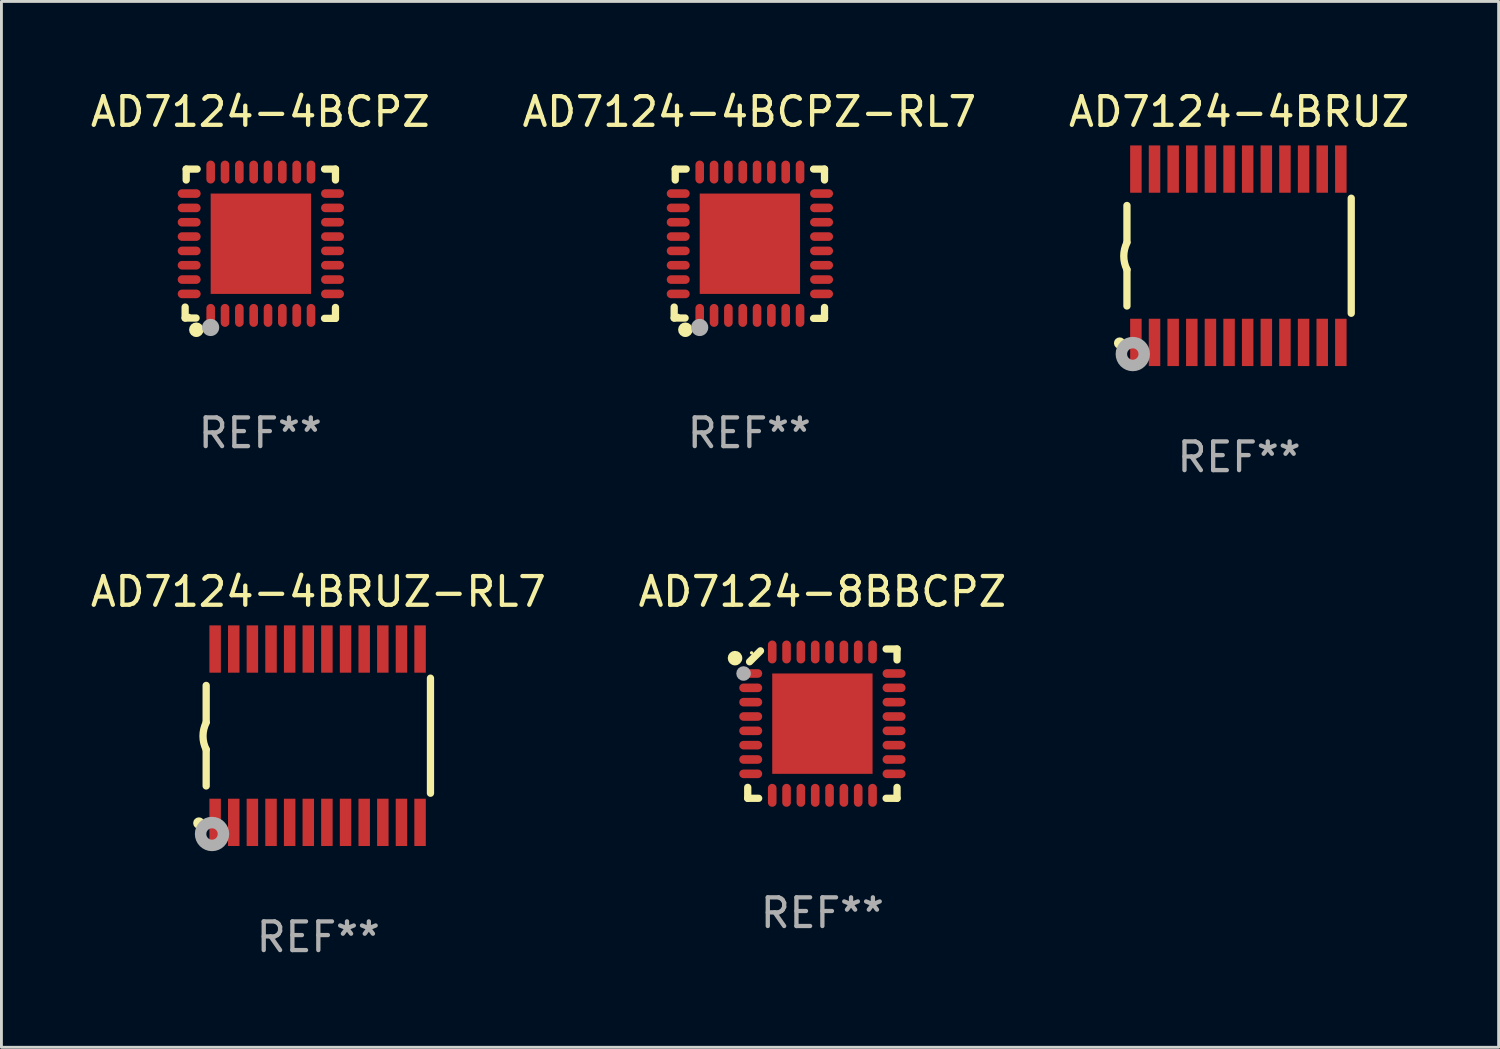
<source format=kicad_pcb>
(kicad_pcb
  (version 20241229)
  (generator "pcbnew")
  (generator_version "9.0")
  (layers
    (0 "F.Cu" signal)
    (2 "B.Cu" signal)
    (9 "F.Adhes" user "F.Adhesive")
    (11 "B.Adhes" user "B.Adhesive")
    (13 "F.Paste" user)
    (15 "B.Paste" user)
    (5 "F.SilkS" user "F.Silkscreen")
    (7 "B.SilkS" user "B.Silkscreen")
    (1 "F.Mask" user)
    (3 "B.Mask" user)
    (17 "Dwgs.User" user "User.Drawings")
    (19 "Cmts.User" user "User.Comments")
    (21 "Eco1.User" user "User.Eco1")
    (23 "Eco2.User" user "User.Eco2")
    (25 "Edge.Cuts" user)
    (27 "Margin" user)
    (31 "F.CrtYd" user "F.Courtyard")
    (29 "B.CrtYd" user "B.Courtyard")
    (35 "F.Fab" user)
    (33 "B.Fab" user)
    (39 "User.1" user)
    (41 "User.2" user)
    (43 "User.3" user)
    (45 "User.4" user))
  (footprint "AD7124-4BRUZ-RL7"
    (layer "F.Cu")
    (at 8.054 22.613)
    (property "Reference" "AD7124-4BRUZ-RL7" (at 0 -5.023 0) (layer "F.SilkS") (effects (font (size 1 1) (thickness 0.15))))
    (attr through_hole)
    (fp_line (start -3.912 -0.483) (end -3.912 -1.753) (stroke (width 0.254) (type solid)) (layer "F.SilkS"))
    (fp_line (start -3.912 1.753) (end -3.912 0.483) (stroke (width 0.254) (type solid)) (layer "F.SilkS"))
    (fp_line (start 3.912 -2.007) (end 3.912 2.007) (stroke (width 0.254) (type solid)) (layer "F.SilkS"))
    (fp_arc (start -3.911608 0.482601) (mid -4.022537 0.0127) (end -3.911608 -0.457201) (stroke (width 0.254001) (type solid)) (layer "F.SilkS"))
    (fp_circle (center -4.166 3.048) (end -4.066 3.048) (stroke (width 0.2) (type solid)) (fill no) (layer "F.SilkS"))
    (fp_circle (center -3.925 3.186) (end -3.895 3.186) (stroke (width 0.06) (type solid)) (fill no) (layer "F.SilkS"))
    (fp_circle (center -3.708 3.429) (end -3.509 3.429) (stroke (width 0.4) (type solid)) (fill no) (layer "F.Fab"))
    (fp_text user "REF**" (at 0 7.023 0) (layer "F.Fab") (effects (font (size 1 1) (thickness 0.15))))
    (pad "1" smd rect (at -3.6 3.023) (size 0.4 1.65) (layers "F.Cu" "F.Mask" "F.Paste"))
    (pad "2" smd rect (at -2.95 3.023) (size 0.4 1.65) (layers "F.Cu" "F.Mask" "F.Paste"))
    (pad "3" smd rect (at -2.3 3.023) (size 0.4 1.65) (layers "F.Cu" "F.Mask" "F.Paste"))
    (pad "4" smd rect (at -1.65 3.023) (size 0.4 1.65) (layers "F.Cu" "F.Mask" "F.Paste"))
    (pad "5" smd rect (at -1 3.023) (size 0.4 1.65) (layers "F.Cu" "F.Mask" "F.Paste"))
    (pad "6" smd rect (at -0.35 3.023) (size 0.4 1.65) (layers "F.Cu" "F.Mask" "F.Paste"))
    (pad "7" smd rect (at 0.299 3.023) (size 0.4 1.65) (layers "F.Cu" "F.Mask" "F.Paste"))
    (pad "8" smd rect (at 0.95 3.023) (size 0.4 1.65) (layers "F.Cu" "F.Mask" "F.Paste"))
    (pad "9" smd rect (at 1.6 3.023) (size 0.4 1.65) (layers "F.Cu" "F.Mask" "F.Paste"))
    (pad "10" smd rect (at 2.25 3.023) (size 0.4 1.65) (layers "F.Cu" "F.Mask" "F.Paste"))
    (pad "11" smd rect (at 2.9 3.023) (size 0.4 1.65) (layers "F.Cu" "F.Mask" "F.Paste"))
    (pad "12" smd rect (at 3.549 3.023) (size 0.4 1.65) (layers "F.Cu" "F.Mask" "F.Paste"))
    (pad "13" smd rect (at 3.549 -3.023) (size 0.4 1.65) (layers "F.Cu" "F.Mask" "F.Paste"))
    (pad "14" smd rect (at 2.9 -3.023) (size 0.4 1.65) (layers "F.Cu" "F.Mask" "F.Paste"))
    (pad "15" smd rect (at 2.25 -3.023) (size 0.4 1.65) (layers "F.Cu" "F.Mask" "F.Paste"))
    (pad "16" smd rect (at 1.6 -3.023) (size 0.4 1.65) (layers "F.Cu" "F.Mask" "F.Paste"))
    (pad "17" smd rect (at 0.95 -3.023) (size 0.4 1.65) (layers "F.Cu" "F.Mask" "F.Paste"))
    (pad "18" smd rect (at 0.299 -3.023) (size 0.4 1.65) (layers "F.Cu" "F.Mask" "F.Paste"))
    (pad "19" smd rect (at -0.35 -3.023) (size 0.4 1.65) (layers "F.Cu" "F.Mask" "F.Paste"))
    (pad "20" smd rect (at -1 -3.023) (size 0.4 1.65) (layers "F.Cu" "F.Mask" "F.Paste"))
    (pad "21" smd rect (at -1.65 -3.023) (size 0.4 1.65) (layers "F.Cu" "F.Mask" "F.Paste"))
    (pad "22" smd rect (at -2.3 -3.023) (size 0.4 1.65) (layers "F.Cu" "F.Mask" "F.Paste"))
    (pad "23" smd rect (at -2.95 -3.023) (size 0.4 1.65) (layers "F.Cu" "F.Mask" "F.Paste"))
    (pad "24" smd rect (at -3.6 -3.023) (size 0.4 1.65) (layers "F.Cu" "F.Mask" "F.Paste")))
  (footprint "AD7124-8BBCPZ"
    (layer "F.Cu")
    (at 25.637 22.193)
    (property "Reference" "AD7124-8BBCPZ" (at 0 -4.604 0) (layer "F.SilkS") (effects (font (size 1 1) (thickness 0.15))))
    (attr through_hole)
    (fp_line (start -2.604 2.223) (end -2.604 2.604) (stroke (width 0.254) (type solid)) (layer "F.SilkS"))
    (fp_line (start -2.604 2.604) (end -2.223 2.604) (stroke (width 0.254) (type solid)) (layer "F.SilkS"))
    (fp_line (start -2.159 -2.54) (end -2.54 -2.159) (stroke (width 0.254) (type solid)) (layer "F.SilkS"))
    (fp_line (start 2.223 2.604) (end 2.604 2.604) (stroke (width 0.254) (type solid)) (layer "F.SilkS"))
    (fp_line (start 2.604 -2.604) (end 2.223 -2.604) (stroke (width 0.254) (type solid)) (layer "F.SilkS"))
    (fp_line (start 2.604 -2.223) (end 2.604 -2.604) (stroke (width 0.254) (type solid)) (layer "F.SilkS"))
    (fp_line (start 2.604 2.604) (end 2.604 2.223) (stroke (width 0.254) (type solid)) (layer "F.SilkS"))
    (fp_circle (center -3.048 -2.286) (end -2.921 -2.286) (stroke (width 0.254) (type solid)) (fill no) (layer "F.SilkS"))
    (fp_circle (center -2.47 -2.47) (end -2.44 -2.47) (stroke (width 0.06) (type solid)) (fill no) (layer "F.SilkS"))
    (fp_circle (center -2.75 -1.75) (end -2.623 -1.75) (stroke (width 0.254) (type solid)) (fill no) (layer "F.Fab"))
    (fp_text user "REF**" (at 0 6.604 0) (layer "F.Fab") (effects (font (size 1 1) (thickness 0.15))))
    (pad "1" smd oval (at -2.5 -1.75) (size 0.8 0.3) (layers "F.Cu" "F.Mask" "F.Paste"))
    (pad "2" smd oval (at -2.5 -1.25) (size 0.8 0.3) (layers "F.Cu" "F.Mask" "F.Paste"))
    (pad "3" smd oval (at -2.5 -0.75) (size 0.8 0.3) (layers "F.Cu" "F.Mask" "F.Paste"))
    (pad "4" smd oval (at -2.5 -0.25) (size 0.8 0.3) (layers "F.Cu" "F.Mask" "F.Paste"))
    (pad "5" smd oval (at -2.5 0.25) (size 0.8 0.3) (layers "F.Cu" "F.Mask" "F.Paste"))
    (pad "6" smd oval (at -2.5 0.75) (size 0.8 0.3) (layers "F.Cu" "F.Mask" "F.Paste"))
    (pad "7" smd oval (at -2.5 1.25) (size 0.8 0.3) (layers "F.Cu" "F.Mask" "F.Paste"))
    (pad "8" smd oval (at -2.5 1.75) (size 0.8 0.3) (layers "F.Cu" "F.Mask" "F.Paste"))
    (pad "9" smd oval (at -1.75 2.5) (size 0.3 0.8) (layers "F.Cu" "F.Mask" "F.Paste"))
    (pad "10" smd oval (at -1.25 2.5) (size 0.3 0.8) (layers "F.Cu" "F.Mask" "F.Paste"))
    (pad "11" smd oval (at -0.75 2.5) (size 0.3 0.8) (layers "F.Cu" "F.Mask" "F.Paste"))
    (pad "12" smd oval (at -0.25 2.5) (size 0.3 0.8) (layers "F.Cu" "F.Mask" "F.Paste"))
    (pad "13" smd oval (at 0.25 2.5) (size 0.3 0.8) (layers "F.Cu" "F.Mask" "F.Paste"))
    (pad "14" smd oval (at 0.75 2.5) (size 0.3 0.8) (layers "F.Cu" "F.Mask" "F.Paste"))
    (pad "15" smd oval (at 1.25 2.5) (size 0.3 0.8) (layers "F.Cu" "F.Mask" "F.Paste"))
    (pad "16" smd oval (at 1.75 2.5) (size 0.3 0.8) (layers "F.Cu" "F.Mask" "F.Paste"))
    (pad "17" smd oval (at 2.5 1.75) (size 0.8 0.3) (layers "F.Cu" "F.Mask" "F.Paste"))
    (pad "18" smd oval (at 2.5 1.25) (size 0.8 0.3) (layers "F.Cu" "F.Mask" "F.Paste"))
    (pad "19" smd oval (at 2.5 0.75) (size 0.8 0.3) (layers "F.Cu" "F.Mask" "F.Paste"))
    (pad "20" smd oval (at 2.5 0.25) (size 0.8 0.3) (layers "F.Cu" "F.Mask" "F.Paste"))
    (pad "21" smd oval (at 2.5 -0.25) (size 0.8 0.3) (layers "F.Cu" "F.Mask" "F.Paste"))
    (pad "22" smd oval (at 2.5 -0.75) (size 0.8 0.3) (layers "F.Cu" "F.Mask" "F.Paste"))
    (pad "23" smd oval (at 2.5 -1.25) (size 0.8 0.3) (layers "F.Cu" "F.Mask" "F.Paste"))
    (pad "24" smd oval (at 2.5 -1.75) (size 0.8 0.3) (layers "F.Cu" "F.Mask" "F.Paste"))
    (pad "25" smd oval (at 1.75 -2.5) (size 0.3 0.8) (layers "F.Cu" "F.Mask" "F.Paste"))
    (pad "26" smd oval (at 1.25 -2.5) (size 0.3 0.8) (layers "F.Cu" "F.Mask" "F.Paste"))
    (pad "27" smd oval (at 0.75 -2.5) (size 0.3 0.8) (layers "F.Cu" "F.Mask" "F.Paste"))
    (pad "28" smd oval (at 0.25 -2.5) (size 0.3 0.8) (layers "F.Cu" "F.Mask" "F.Paste"))
    (pad "29" smd oval (at -0.25 -2.5) (size 0.3 0.8) (layers "F.Cu" "F.Mask" "F.Paste"))
    (pad "30" smd oval (at -0.75 -2.5) (size 0.3 0.8) (layers "F.Cu" "F.Mask" "F.Paste"))
    (pad "31" smd oval (at -1.25 -2.5) (size 0.3 0.8) (layers "F.Cu" "F.Mask" "F.Paste"))
    (pad "32" smd oval (at -1.75 -2.5) (size 0.3 0.8) (layers "F.Cu" "F.Mask" "F.Paste"))
    (pad "33" smd rect (at 0.000102 -0.000025) (size 3.5 3.5) (layers "F.Cu" "F.Mask" "F.Paste")))
  (footprint "AD7124-4BCPZ"
    (layer "F.Cu")
    (at 6.03 5.452)
    (property "Reference" "AD7124-4BCPZ" (at 0 -4.604 0) (layer "F.SilkS") (effects (font (size 1 1) (thickness 0.15))))
    (attr through_hole)
    (fp_line (start -2.622 2.21) (end -2.622 2.591) (stroke (width 0.254) (type solid)) (layer "F.SilkS"))
    (fp_line (start -2.622 2.591) (end -2.241 2.591) (stroke (width 0.254) (type solid)) (layer "F.SilkS"))
    (fp_line (start -2.585 -2.604) (end -2.585 -2.223) (stroke (width 0.254) (type solid)) (layer "F.SilkS"))
    (fp_line (start -2.204 -2.604) (end -2.585 -2.604) (stroke (width 0.254) (type solid)) (layer "F.SilkS"))
    (fp_line (start 2.241 2.604) (end 2.622 2.604) (stroke (width 0.254) (type solid)) (layer "F.SilkS"))
    (fp_line (start 2.622 -2.604) (end 2.241 -2.604) (stroke (width 0.254) (type solid)) (layer "F.SilkS"))
    (fp_line (start 2.622 -2.223) (end 2.622 -2.604) (stroke (width 0.254) (type solid)) (layer "F.SilkS"))
    (fp_line (start 2.622 2.604) (end 2.622 2.223) (stroke (width 0.254) (type solid)) (layer "F.SilkS"))
    (fp_circle (center -2.481 2.5) (end -2.451 2.5) (stroke (width 0.06) (type solid)) (fill no) (layer "F.SilkS"))
    (fp_circle (center -2.231 3) (end -2.104 3) (stroke (width 0.254) (type solid)) (fill no) (layer "F.SilkS"))
    (fp_circle (center -1.733 2.921) (end -1.583 2.921) (stroke (width 0.3) (type solid)) (fill no) (layer "F.Fab"))
    (fp_text user "REF**" (at 0 6.604 0) (layer "F.Fab") (effects (font (size 1 1) (thickness 0.15))))
    (pad "1" smd oval (at -1.731 2.5 90) (size 0.8 0.3) (layers "F.Cu" "F.Mask" "F.Paste"))
    (pad "2" smd oval (at -1.231 2.5 90) (size 0.8 0.3) (layers "F.Cu" "F.Mask" "F.Paste"))
    (pad "3" smd oval (at -0.731 2.5 90) (size 0.8 0.3) (layers "F.Cu" "F.Mask" "F.Paste"))
    (pad "4" smd oval (at -0.231 2.5 90) (size 0.8 0.3) (layers "F.Cu" "F.Mask" "F.Paste"))
    (pad "5" smd oval (at 0.269 2.5 90) (size 0.8 0.3) (layers "F.Cu" "F.Mask" "F.Paste"))
    (pad "6" smd oval (at 0.769 2.5 90) (size 0.8 0.3) (layers "F.Cu" "F.Mask" "F.Paste"))
    (pad "7" smd oval (at 1.269 2.5 90) (size 0.8 0.3) (layers "F.Cu" "F.Mask" "F.Paste"))
    (pad "8" smd oval (at 1.769 2.5 90) (size 0.8 0.3) (layers "F.Cu" "F.Mask" "F.Paste"))
    (pad "9" smd oval (at 2.519 1.75 180) (size 0.8 0.3) (layers "F.Cu" "F.Mask" "F.Paste"))
    (pad "10" smd oval (at 2.519 1.25 180) (size 0.8 0.3) (layers "F.Cu" "F.Mask" "F.Paste"))
    (pad "11" smd oval (at 2.519 0.75 180) (size 0.8 0.3) (layers "F.Cu" "F.Mask" "F.Paste"))
    (pad "12" smd oval (at 2.519 0.25 180) (size 0.8 0.3) (layers "F.Cu" "F.Mask" "F.Paste"))
    (pad "13" smd oval (at 2.519 -0.25 180) (size 0.8 0.3) (layers "F.Cu" "F.Mask" "F.Paste"))
    (pad "14" smd oval (at 2.519 -0.75 180) (size 0.8 0.3) (layers "F.Cu" "F.Mask" "F.Paste"))
    (pad "15" smd oval (at 2.519 -1.25 180) (size 0.8 0.3) (layers "F.Cu" "F.Mask" "F.Paste"))
    (pad "16" smd oval (at 2.519 -1.75 180) (size 0.8 0.3) (layers "F.Cu" "F.Mask" "F.Paste"))
    (pad "17" smd oval (at 1.769 -2.5 270) (size 0.8 0.3) (layers "F.Cu" "F.Mask" "F.Paste"))
    (pad "18" smd oval (at 1.269 -2.5 270) (size 0.8 0.3) (layers "F.Cu" "F.Mask" "F.Paste"))
    (pad "19" smd oval (at 0.769 -2.5 270) (size 0.8 0.3) (layers "F.Cu" "F.Mask" "F.Paste"))
    (pad "20" smd oval (at 0.269 -2.5 270) (size 0.8 0.3) (layers "F.Cu" "F.Mask" "F.Paste"))
    (pad "21" smd oval (at -0.231 -2.5 270) (size 0.8 0.3) (layers "F.Cu" "F.Mask" "F.Paste"))
    (pad "22" smd oval (at -0.731 -2.5 270) (size 0.8 0.3) (layers "F.Cu" "F.Mask" "F.Paste"))
    (pad "23" smd oval (at -1.231 -2.5 270) (size 0.8 0.3) (layers "F.Cu" "F.Mask" "F.Paste"))
    (pad "24" smd oval (at -1.731 -2.5 270) (size 0.8 0.3) (layers "F.Cu" "F.Mask" "F.Paste"))
    (pad "25" smd oval (at -2.481 -1.75) (size 0.8 0.3) (layers "F.Cu" "F.Mask" "F.Paste"))
    (pad "26" smd oval (at -2.481 -1.25) (size 0.8 0.3) (layers "F.Cu" "F.Mask" "F.Paste"))
    (pad "27" smd oval (at -2.481 -0.75) (size 0.8 0.3) (layers "F.Cu" "F.Mask" "F.Paste"))
    (pad "28" smd oval (at -2.481 -0.25) (size 0.8 0.3) (layers "F.Cu" "F.Mask" "F.Paste"))
    (pad "29" smd oval (at -2.481 0.25) (size 0.8 0.3) (layers "F.Cu" "F.Mask" "F.Paste"))
    (pad "30" smd oval (at -2.481 0.75) (size 0.8 0.3) (layers "F.Cu" "F.Mask" "F.Paste"))
    (pad "31" smd oval (at -2.481 1.25) (size 0.8 0.3) (layers "F.Cu" "F.Mask" "F.Paste"))
    (pad "32" smd oval (at -2.481 1.75) (size 0.8 0.3) (layers "F.Cu" "F.Mask" "F.Paste"))
    (pad "33" smd rect (at 0.019 -0.000025 90) (size 3.5 3.5) (layers "F.Cu" "F.Mask" "F.Paste")))
  (footprint "AD7124-4BRUZ"
    (layer "F.Cu")
    (at 40.173 5.871)
    (property "Reference" "AD7124-4BRUZ" (at 0 -5.023 0) (layer "F.SilkS") (effects (font (size 1 1) (thickness 0.15))))
    (attr through_hole)
    (fp_line (start -3.912 -0.483) (end -3.912 -1.753) (stroke (width 0.254) (type solid)) (layer "F.SilkS"))
    (fp_line (start -3.912 1.753) (end -3.912 0.483) (stroke (width 0.254) (type solid)) (layer "F.SilkS"))
    (fp_line (start 3.912 -2.007) (end 3.912 2.007) (stroke (width 0.254) (type solid)) (layer "F.SilkS"))
    (fp_arc (start -3.911608 0.482601) (mid -4.022537 0.0127) (end -3.911608 -0.457201) (stroke (width 0.254001) (type solid)) (layer "F.SilkS"))
    (fp_circle (center -4.166 3.048) (end -4.066 3.048) (stroke (width 0.2) (type solid)) (fill no) (layer "F.SilkS"))
    (fp_circle (center -3.925 3.186) (end -3.895 3.186) (stroke (width 0.06) (type solid)) (fill no) (layer "F.SilkS"))
    (fp_circle (center -3.708 3.429) (end -3.509 3.429) (stroke (width 0.4) (type solid)) (fill no) (layer "F.Fab"))
    (fp_text user "REF**" (at 0 7.023 0) (layer "F.Fab") (effects (font (size 1 1) (thickness 0.15))))
    (pad "1" smd rect (at -3.6 3.023) (size 0.4 1.65) (layers "F.Cu" "F.Mask" "F.Paste"))
    (pad "2" smd rect (at -2.95 3.023) (size 0.4 1.65) (layers "F.Cu" "F.Mask" "F.Paste"))
    (pad "3" smd rect (at -2.3 3.023) (size 0.4 1.65) (layers "F.Cu" "F.Mask" "F.Paste"))
    (pad "4" smd rect (at -1.65 3.023) (size 0.4 1.65) (layers "F.Cu" "F.Mask" "F.Paste"))
    (pad "5" smd rect (at -1 3.023) (size 0.4 1.65) (layers "F.Cu" "F.Mask" "F.Paste"))
    (pad "6" smd rect (at -0.35 3.023) (size 0.4 1.65) (layers "F.Cu" "F.Mask" "F.Paste"))
    (pad "7" smd rect (at 0.299 3.023) (size 0.4 1.65) (layers "F.Cu" "F.Mask" "F.Paste"))
    (pad "8" smd rect (at 0.95 3.023) (size 0.4 1.65) (layers "F.Cu" "F.Mask" "F.Paste"))
    (pad "9" smd rect (at 1.6 3.023) (size 0.4 1.65) (layers "F.Cu" "F.Mask" "F.Paste"))
    (pad "10" smd rect (at 2.25 3.023) (size 0.4 1.65) (layers "F.Cu" "F.Mask" "F.Paste"))
    (pad "11" smd rect (at 2.9 3.023) (size 0.4 1.65) (layers "F.Cu" "F.Mask" "F.Paste"))
    (pad "12" smd rect (at 3.549 3.023) (size 0.4 1.65) (layers "F.Cu" "F.Mask" "F.Paste"))
    (pad "13" smd rect (at 3.549 -3.023) (size 0.4 1.65) (layers "F.Cu" "F.Mask" "F.Paste"))
    (pad "14" smd rect (at 2.9 -3.023) (size 0.4 1.65) (layers "F.Cu" "F.Mask" "F.Paste"))
    (pad "15" smd rect (at 2.25 -3.023) (size 0.4 1.65) (layers "F.Cu" "F.Mask" "F.Paste"))
    (pad "16" smd rect (at 1.6 -3.023) (size 0.4 1.65) (layers "F.Cu" "F.Mask" "F.Paste"))
    (pad "17" smd rect (at 0.95 -3.023) (size 0.4 1.65) (layers "F.Cu" "F.Mask" "F.Paste"))
    (pad "18" smd rect (at 0.299 -3.023) (size 0.4 1.65) (layers "F.Cu" "F.Mask" "F.Paste"))
    (pad "19" smd rect (at -0.35 -3.023) (size 0.4 1.65) (layers "F.Cu" "F.Mask" "F.Paste"))
    (pad "20" smd rect (at -1 -3.023) (size 0.4 1.65) (layers "F.Cu" "F.Mask" "F.Paste"))
    (pad "21" smd rect (at -1.65 -3.023) (size 0.4 1.65) (layers "F.Cu" "F.Mask" "F.Paste"))
    (pad "22" smd rect (at -2.3 -3.023) (size 0.4 1.65) (layers "F.Cu" "F.Mask" "F.Paste"))
    (pad "23" smd rect (at -2.95 -3.023) (size 0.4 1.65) (layers "F.Cu" "F.Mask" "F.Paste"))
    (pad "24" smd rect (at -3.6 -3.023) (size 0.4 1.65) (layers "F.Cu" "F.Mask" "F.Paste")))
  (footprint "AD7124-4BCPZ-RL7"
    (layer "F.Cu")
    (at 23.089 5.452)
    (property "Reference" "AD7124-4BCPZ-RL7" (at 0 -4.604 0) (layer "F.SilkS") (effects (font (size 1 1) (thickness 0.15))))
    (attr through_hole)
    (fp_line (start -2.622 2.21) (end -2.622 2.591) (stroke (width 0.254) (type solid)) (layer "F.SilkS"))
    (fp_line (start -2.622 2.591) (end -2.241 2.591) (stroke (width 0.254) (type solid)) (layer "F.SilkS"))
    (fp_line (start -2.585 -2.604) (end -2.585 -2.223) (stroke (width 0.254) (type solid)) (layer "F.SilkS"))
    (fp_line (start -2.204 -2.604) (end -2.585 -2.604) (stroke (width 0.254) (type solid)) (layer "F.SilkS"))
    (fp_line (start 2.241 2.604) (end 2.622 2.604) (stroke (width 0.254) (type solid)) (layer "F.SilkS"))
    (fp_line (start 2.622 -2.604) (end 2.241 -2.604) (stroke (width 0.254) (type solid)) (layer "F.SilkS"))
    (fp_line (start 2.622 -2.223) (end 2.622 -2.604) (stroke (width 0.254) (type solid)) (layer "F.SilkS"))
    (fp_line (start 2.622 2.604) (end 2.622 2.223) (stroke (width 0.254) (type solid)) (layer "F.SilkS"))
    (fp_circle (center -2.481 2.5) (end -2.451 2.5) (stroke (width 0.06) (type solid)) (fill no) (layer "F.SilkS"))
    (fp_circle (center -2.231 3) (end -2.104 3) (stroke (width 0.254) (type solid)) (fill no) (layer "F.SilkS"))
    (fp_circle (center -1.733 2.921) (end -1.583 2.921) (stroke (width 0.3) (type solid)) (fill no) (layer "F.Fab"))
    (fp_text user "REF**" (at 0 6.604 0) (layer "F.Fab") (effects (font (size 1 1) (thickness 0.15))))
    (pad "1" smd oval (at -1.731 2.5 90) (size 0.8 0.3) (layers "F.Cu" "F.Mask" "F.Paste"))
    (pad "2" smd oval (at -1.231 2.5 90) (size 0.8 0.3) (layers "F.Cu" "F.Mask" "F.Paste"))
    (pad "3" smd oval (at -0.731 2.5 90) (size 0.8 0.3) (layers "F.Cu" "F.Mask" "F.Paste"))
    (pad "4" smd oval (at -0.231 2.5 90) (size 0.8 0.3) (layers "F.Cu" "F.Mask" "F.Paste"))
    (pad "5" smd oval (at 0.269 2.5 90) (size 0.8 0.3) (layers "F.Cu" "F.Mask" "F.Paste"))
    (pad "6" smd oval (at 0.769 2.5 90) (size 0.8 0.3) (layers "F.Cu" "F.Mask" "F.Paste"))
    (pad "7" smd oval (at 1.269 2.5 90) (size 0.8 0.3) (layers "F.Cu" "F.Mask" "F.Paste"))
    (pad "8" smd oval (at 1.769 2.5 90) (size 0.8 0.3) (layers "F.Cu" "F.Mask" "F.Paste"))
    (pad "9" smd oval (at 2.519 1.75 180) (size 0.8 0.3) (layers "F.Cu" "F.Mask" "F.Paste"))
    (pad "10" smd oval (at 2.519 1.25 180) (size 0.8 0.3) (layers "F.Cu" "F.Mask" "F.Paste"))
    (pad "11" smd oval (at 2.519 0.75 180) (size 0.8 0.3) (layers "F.Cu" "F.Mask" "F.Paste"))
    (pad "12" smd oval (at 2.519 0.25 180) (size 0.8 0.3) (layers "F.Cu" "F.Mask" "F.Paste"))
    (pad "13" smd oval (at 2.519 -0.25 180) (size 0.8 0.3) (layers "F.Cu" "F.Mask" "F.Paste"))
    (pad "14" smd oval (at 2.519 -0.75 180) (size 0.8 0.3) (layers "F.Cu" "F.Mask" "F.Paste"))
    (pad "15" smd oval (at 2.519 -1.25 180) (size 0.8 0.3) (layers "F.Cu" "F.Mask" "F.Paste"))
    (pad "16" smd oval (at 2.519 -1.75 180) (size 0.8 0.3) (layers "F.Cu" "F.Mask" "F.Paste"))
    (pad "17" smd oval (at 1.769 -2.5 270) (size 0.8 0.3) (layers "F.Cu" "F.Mask" "F.Paste"))
    (pad "18" smd oval (at 1.269 -2.5 270) (size 0.8 0.3) (layers "F.Cu" "F.Mask" "F.Paste"))
    (pad "19" smd oval (at 0.769 -2.5 270) (size 0.8 0.3) (layers "F.Cu" "F.Mask" "F.Paste"))
    (pad "20" smd oval (at 0.269 -2.5 270) (size 0.8 0.3) (layers "F.Cu" "F.Mask" "F.Paste"))
    (pad "21" smd oval (at -0.231 -2.5 270) (size 0.8 0.3) (layers "F.Cu" "F.Mask" "F.Paste"))
    (pad "22" smd oval (at -0.731 -2.5 270) (size 0.8 0.3) (layers "F.Cu" "F.Mask" "F.Paste"))
    (pad "23" smd oval (at -1.231 -2.5 270) (size 0.8 0.3) (layers "F.Cu" "F.Mask" "F.Paste"))
    (pad "24" smd oval (at -1.731 -2.5 270) (size 0.8 0.3) (layers "F.Cu" "F.Mask" "F.Paste"))
    (pad "25" smd oval (at -2.481 -1.75) (size 0.8 0.3) (layers "F.Cu" "F.Mask" "F.Paste"))
    (pad "26" smd oval (at -2.481 -1.25) (size 0.8 0.3) (layers "F.Cu" "F.Mask" "F.Paste"))
    (pad "27" smd oval (at -2.481 -0.75) (size 0.8 0.3) (layers "F.Cu" "F.Mask" "F.Paste"))
    (pad "28" smd oval (at -2.481 -0.25) (size 0.8 0.3) (layers "F.Cu" "F.Mask" "F.Paste"))
    (pad "29" smd oval (at -2.481 0.25) (size 0.8 0.3) (layers "F.Cu" "F.Mask" "F.Paste"))
    (pad "30" smd oval (at -2.481 0.75) (size 0.8 0.3) (layers "F.Cu" "F.Mask" "F.Paste"))
    (pad "31" smd oval (at -2.481 1.25) (size 0.8 0.3) (layers "F.Cu" "F.Mask" "F.Paste"))
    (pad "32" smd oval (at -2.481 1.75) (size 0.8 0.3) (layers "F.Cu" "F.Mask" "F.Paste"))
    (pad "33" smd rect (at 0.019 -0.000025 90) (size 3.5 3.5) (layers "F.Cu" "F.Mask" "F.Paste")))
  (gr_rect
    (start -3 -3)
    (end 49.226 33.483)
    (stroke (width 0.1) (type default))
    (fill no)
    (layer "Edge.Cuts")))
</source>
